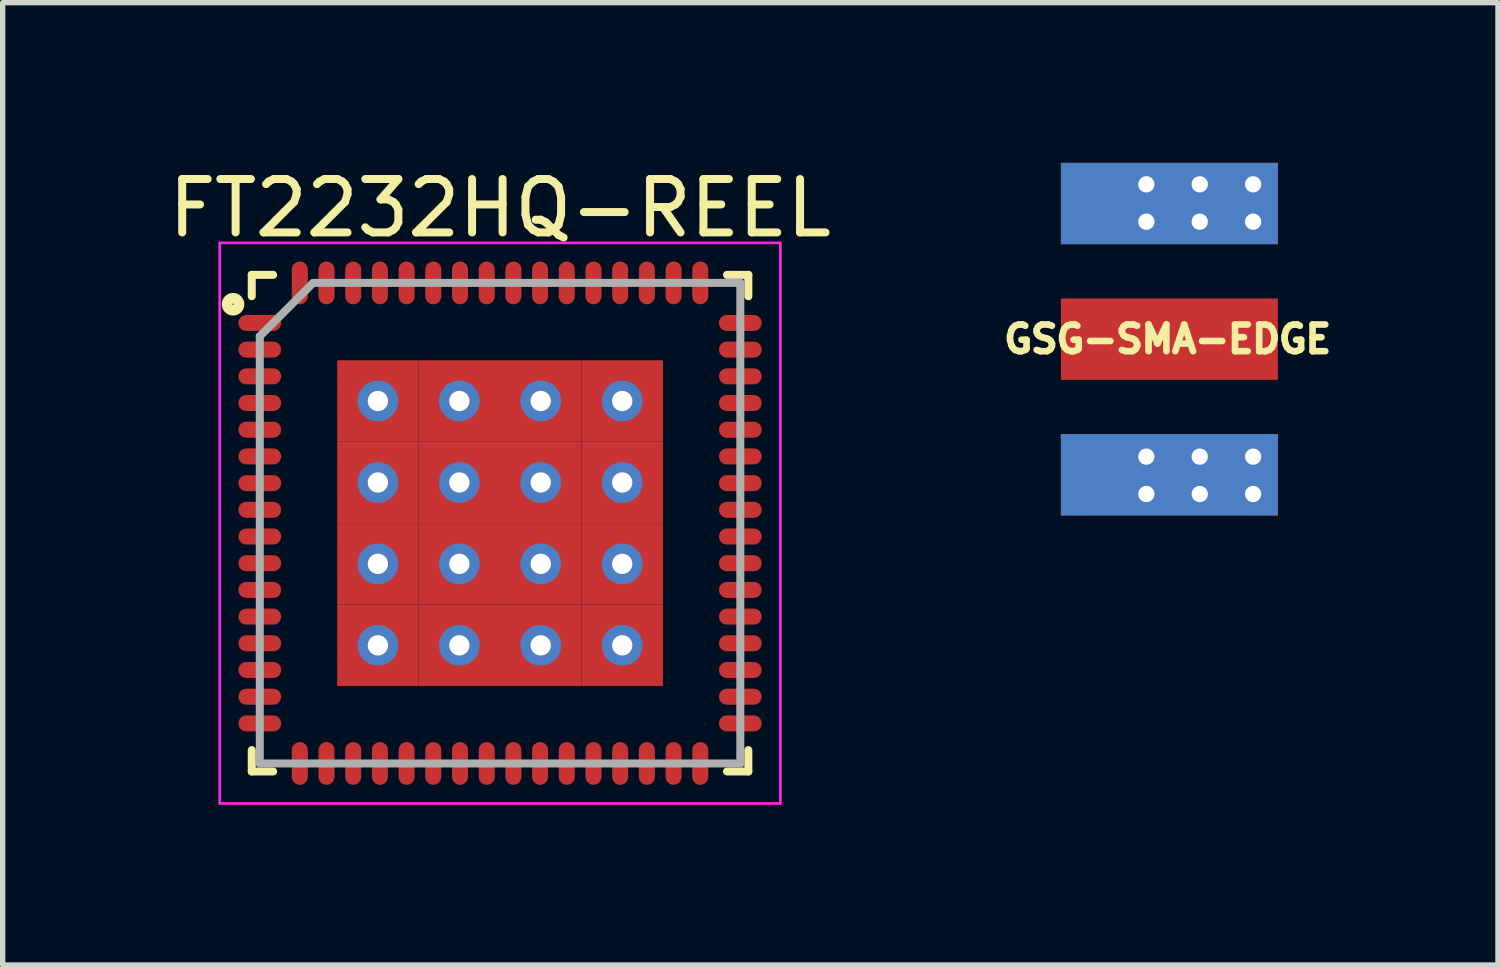
<source format=kicad_pcb>
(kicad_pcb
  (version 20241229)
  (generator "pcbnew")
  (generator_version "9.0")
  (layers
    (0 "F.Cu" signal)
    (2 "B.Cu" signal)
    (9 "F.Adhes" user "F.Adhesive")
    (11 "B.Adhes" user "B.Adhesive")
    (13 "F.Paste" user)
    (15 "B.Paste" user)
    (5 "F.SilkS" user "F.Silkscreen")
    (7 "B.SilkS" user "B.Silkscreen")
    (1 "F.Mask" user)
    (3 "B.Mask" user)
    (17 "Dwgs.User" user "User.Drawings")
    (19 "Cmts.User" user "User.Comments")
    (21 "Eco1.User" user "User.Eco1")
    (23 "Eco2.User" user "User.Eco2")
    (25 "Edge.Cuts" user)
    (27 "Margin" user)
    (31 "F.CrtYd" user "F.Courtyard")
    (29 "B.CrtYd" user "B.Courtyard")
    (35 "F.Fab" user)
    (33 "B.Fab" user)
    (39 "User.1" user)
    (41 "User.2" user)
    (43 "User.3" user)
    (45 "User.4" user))
  (footprint "FT2232HQ-REEL"
    (layer "F.Cu")
    (at 6.315 6.748)
    (property "Reference" "FT2232HQ-REEL" (at 0 -5.9 0) (layer "F.SilkS") (effects (font (size 1 1) (thickness 0.15))))
    (attr smd)
    (fp_line (start -4.65 -4.65) (end -4.65 -4.25) (stroke (width 0.15) (type solid)) (layer "F.SilkS"))
    (fp_line (start -4.65 4.65) (end -4.65 4.25) (stroke (width 0.15) (type solid)) (layer "F.SilkS"))
    (fp_line (start -4.25 -4.65) (end -4.65 -4.65) (stroke (width 0.15) (type solid)) (layer "F.SilkS"))
    (fp_line (start -4.25 4.65) (end -4.65 4.65) (stroke (width 0.15) (type solid)) (layer "F.SilkS"))
    (fp_line (start 4.25 -4.65) (end 4.65 -4.65) (stroke (width 0.15) (type solid)) (layer "F.SilkS"))
    (fp_line (start 4.25 4.65) (end 4.65 4.65) (stroke (width 0.15) (type solid)) (layer "F.SilkS"))
    (fp_line (start 4.65 -4.65) (end 4.65 -4.25) (stroke (width 0.15) (type solid)) (layer "F.SilkS"))
    (fp_line (start 4.65 4.65) (end 4.65 4.25) (stroke (width 0.15) (type solid)) (layer "F.SilkS"))
    (fp_circle (center -5 -4.1) (end -4.95 -4) (stroke (width 0.2) (type solid)) (fill no) (layer "F.SilkS"))
    (fp_line (start -5.25 -5.25) (end 5.25 -5.25) (stroke (width 0.05) (type solid)) (layer "F.CrtYd"))
    (fp_line (start -5.25 5.25) (end -5.25 -5.25) (stroke (width 0.05) (type solid)) (layer "F.CrtYd"))
    (fp_line (start 5.25 -5.25) (end 5.25 5.25) (stroke (width 0.05) (type solid)) (layer "F.CrtYd"))
    (fp_line (start 5.25 5.25) (end -5.25 5.25) (stroke (width 0.05) (type solid)) (layer "F.CrtYd"))
    (fp_line (start -4.5 -3.5) (end -4.5 4.5) (stroke (width 0.15) (type solid)) (layer "F.Fab"))
    (fp_line (start -4.5 4.5) (end 4.5 4.5) (stroke (width 0.15) (type solid)) (layer "F.Fab"))
    (fp_line (start -3.5 -4.5) (end -4.5 -3.5) (stroke (width 0.15) (type solid)) (layer "F.Fab"))
    (fp_line (start 4.5 -4.5) (end -3.5 -4.5) (stroke (width 0.15) (type solid)) (layer "F.Fab"))
    (fp_line (start 4.5 4.5) (end 4.5 -4.5) (stroke (width 0.15) (type solid)) (layer "F.Fab"))
    (pad "1" smd oval (at -4.5 -3.75 90) (size 0.3 0.8) (layers "F.Cu" "F.Mask" "F.Paste"))
    (pad "2" smd oval (at -4.5 -3.25 90) (size 0.3 0.8) (layers "F.Cu" "F.Mask" "F.Paste"))
    (pad "3" smd oval (at -4.5 -2.75 90) (size 0.3 0.8) (layers "F.Cu" "F.Mask" "F.Paste"))
    (pad "4" smd oval (at -4.5 -2.25 90) (size 0.3 0.8) (layers "F.Cu" "F.Mask" "F.Paste"))
    (pad "5" smd oval (at -4.5 -1.75 90) (size 0.3 0.8) (layers "F.Cu" "F.Mask" "F.Paste"))
    (pad "6" smd oval (at -4.5 -1.25 90) (size 0.3 0.8) (layers "F.Cu" "F.Mask" "F.Paste"))
    (pad "7" smd oval (at -4.5 -0.75 90) (size 0.3 0.8) (layers "F.Cu" "F.Mask" "F.Paste"))
    (pad "8" smd oval (at -4.5 -0.25 90) (size 0.3 0.8) (layers "F.Cu" "F.Mask" "F.Paste"))
    (pad "9" smd oval (at -4.5 0.25 90) (size 0.3 0.8) (layers "F.Cu" "F.Mask" "F.Paste"))
    (pad "10" smd oval (at -4.5 0.75 90) (size 0.3 0.8) (layers "F.Cu" "F.Mask" "F.Paste"))
    (pad "11" smd oval (at -4.5 1.25 90) (size 0.3 0.8) (layers "F.Cu" "F.Mask" "F.Paste"))
    (pad "12" smd oval (at -4.5 1.75 90) (size 0.3 0.8) (layers "F.Cu" "F.Mask" "F.Paste"))
    (pad "13" smd oval (at -4.5 2.25 90) (size 0.3 0.8) (layers "F.Cu" "F.Mask" "F.Paste"))
    (pad "14" smd oval (at -4.5 2.75 90) (size 0.3 0.8) (layers "F.Cu" "F.Mask" "F.Paste"))
    (pad "15" smd oval (at -4.5 3.25 90) (size 0.3 0.8) (layers "F.Cu" "F.Mask" "F.Paste"))
    (pad "16" smd oval (at -4.5 3.75 90) (size 0.3 0.8) (layers "F.Cu" "F.Mask" "F.Paste"))
    (pad "17" smd oval (at -3.75 4.5) (size 0.3 0.8) (layers "F.Cu" "F.Mask" "F.Paste"))
    (pad "18" smd oval (at -3.25 4.5) (size 0.3 0.8) (layers "F.Cu" "F.Mask" "F.Paste"))
    (pad "19" smd oval (at -2.75 4.5) (size 0.3 0.8) (layers "F.Cu" "F.Mask" "F.Paste"))
    (pad "20" smd oval (at -2.25 4.5) (size 0.3 0.8) (layers "F.Cu" "F.Mask" "F.Paste"))
    (pad "21" smd oval (at -1.75 4.5) (size 0.3 0.8) (layers "F.Cu" "F.Mask" "F.Paste"))
    (pad "22" smd oval (at -1.25 4.5) (size 0.3 0.8) (layers "F.Cu" "F.Mask" "F.Paste"))
    (pad "23" smd oval (at -0.75 4.5) (size 0.3 0.8) (layers "F.Cu" "F.Mask" "F.Paste"))
    (pad "24" smd oval (at -0.25 4.5) (size 0.3 0.8) (layers "F.Cu" "F.Mask" "F.Paste"))
    (pad "25" smd oval (at 0.25 4.5) (size 0.3 0.8) (layers "F.Cu" "F.Mask" "F.Paste"))
    (pad "26" smd oval (at 0.75 4.5) (size 0.3 0.8) (layers "F.Cu" "F.Mask" "F.Paste"))
    (pad "27" smd oval (at 1.25 4.5) (size 0.3 0.8) (layers "F.Cu" "F.Mask" "F.Paste"))
    (pad "28" smd oval (at 1.75 4.5) (size 0.3 0.8) (layers "F.Cu" "F.Mask" "F.Paste"))
    (pad "29" smd oval (at 2.25 4.5) (size 0.3 0.8) (layers "F.Cu" "F.Mask" "F.Paste"))
    (pad "30" smd oval (at 2.75 4.5) (size 0.3 0.8) (layers "F.Cu" "F.Mask" "F.Paste"))
    (pad "31" smd oval (at 3.25 4.5) (size 0.3 0.8) (layers "F.Cu" "F.Mask" "F.Paste"))
    (pad "32" smd oval (at 3.75 4.5) (size 0.3 0.8) (layers "F.Cu" "F.Mask" "F.Paste"))
    (pad "33" smd oval (at 4.5 3.75 90) (size 0.3 0.8) (layers "F.Cu" "F.Mask" "F.Paste"))
    (pad "34" smd oval (at 4.5 3.25 90) (size 0.3 0.8) (layers "F.Cu" "F.Mask" "F.Paste"))
    (pad "35" smd oval (at 4.5 2.75 90) (size 0.3 0.8) (layers "F.Cu" "F.Mask" "F.Paste"))
    (pad "36" smd oval (at 4.5 2.25 90) (size 0.3 0.8) (layers "F.Cu" "F.Mask" "F.Paste"))
    (pad "37" smd oval (at 4.5 1.75 90) (size 0.3 0.8) (layers "F.Cu" "F.Mask" "F.Paste"))
    (pad "38" smd oval (at 4.5 1.25 90) (size 0.3 0.8) (layers "F.Cu" "F.Mask" "F.Paste"))
    (pad "39" smd oval (at 4.5 0.75 90) (size 0.3 0.8) (layers "F.Cu" "F.Mask" "F.Paste"))
    (pad "40" smd oval (at 4.5 0.25 90) (size 0.3 0.8) (layers "F.Cu" "F.Mask" "F.Paste"))
    (pad "41" smd oval (at 4.5 -0.25 90) (size 0.3 0.8) (layers "F.Cu" "F.Mask" "F.Paste"))
    (pad "42" smd oval (at 4.5 -0.75 90) (size 0.3 0.8) (layers "F.Cu" "F.Mask" "F.Paste"))
    (pad "43" smd oval (at 4.5 -1.25 90) (size 0.3 0.8) (layers "F.Cu" "F.Mask" "F.Paste"))
    (pad "44" smd oval (at 4.5 -1.75 90) (size 0.3 0.8) (layers "F.Cu" "F.Mask" "F.Paste"))
    (pad "45" smd oval (at 4.5 -2.25 90) (size 0.3 0.8) (layers "F.Cu" "F.Mask" "F.Paste"))
    (pad "46" smd oval (at 4.5 -2.75 90) (size 0.3 0.8) (layers "F.Cu" "F.Mask" "F.Paste"))
    (pad "47" smd oval (at 4.5 -3.25 90) (size 0.3 0.8) (layers "F.Cu" "F.Mask" "F.Paste"))
    (pad "48" smd oval (at 4.5 -3.75 90) (size 0.3 0.8) (layers "F.Cu" "F.Mask" "F.Paste"))
    (pad "49" smd oval (at 3.75 -4.5) (size 0.3 0.8) (layers "F.Cu" "F.Mask" "F.Paste"))
    (pad "50" smd oval (at 3.25 -4.5) (size 0.3 0.8) (layers "F.Cu" "F.Mask" "F.Paste"))
    (pad "51" smd oval (at 2.75 -4.5) (size 0.3 0.8) (layers "F.Cu" "F.Mask" "F.Paste"))
    (pad "52" smd oval (at 2.25 -4.5) (size 0.3 0.8) (layers "F.Cu" "F.Mask" "F.Paste"))
    (pad "53" smd oval (at 1.75 -4.5) (size 0.3 0.8) (layers "F.Cu" "F.Mask" "F.Paste"))
    (pad "54" smd oval (at 1.25 -4.5) (size 0.3 0.8) (layers "F.Cu" "F.Mask" "F.Paste"))
    (pad "55" smd oval (at 0.75 -4.5) (size 0.3 0.8) (layers "F.Cu" "F.Mask" "F.Paste"))
    (pad "56" smd oval (at 0.25 -4.5) (size 0.3 0.8) (layers "F.Cu" "F.Mask" "F.Paste"))
    (pad "57" smd oval (at -0.25 -4.5) (size 0.3 0.8) (layers "F.Cu" "F.Mask" "F.Paste"))
    (pad "58" smd oval (at -0.75 -4.5) (size 0.3 0.8) (layers "F.Cu" "F.Mask" "F.Paste"))
    (pad "59" smd oval (at -1.25 -4.5) (size 0.3 0.8) (layers "F.Cu" "F.Mask" "F.Paste"))
    (pad "60" smd oval (at -1.75 -4.5) (size 0.3 0.8) (layers "F.Cu" "F.Mask" "F.Paste"))
    (pad "61" smd oval (at -2.25 -4.5) (size 0.3 0.8) (layers "F.Cu" "F.Mask" "F.Paste"))
    (pad "62" smd oval (at -2.75 -4.5) (size 0.3 0.8) (layers "F.Cu" "F.Mask" "F.Paste"))
    (pad "63" smd oval (at -3.25 -4.5) (size 0.3 0.8) (layers "F.Cu" "F.Mask" "F.Paste"))
    (pad "64" smd oval (at -3.75 -4.5) (size 0.3 0.8) (layers "F.Cu" "F.Mask" "F.Paste"))
    (pad "65" thru_hole circle (at -2.288 -2.288) (size 0.762 0.762) (drill 0.381) (layers "*.Cu" "*.Mask"))
    (pad "65" smd rect (at -2.288 -2.288) (size 1.525 1.525) (layers "F.Cu" "F.Mask" "F.Paste"))
    (pad "65" thru_hole circle (at -2.288 -0.762) (size 0.762 0.762) (drill 0.381) (layers "*.Cu" "*.Mask"))
    (pad "65" smd rect (at -2.288 -0.762) (size 1.525 1.525) (layers "F.Cu" "F.Mask" "F.Paste"))
    (pad "65" thru_hole circle (at -2.288 0.762) (size 0.762 0.762) (drill 0.381) (layers "*.Cu" "*.Mask"))
    (pad "65" smd rect (at -2.288 0.762) (size 1.525 1.525) (layers "F.Cu" "F.Mask" "F.Paste"))
    (pad "65" thru_hole circle (at -2.288 2.288) (size 0.762 0.762) (drill 0.381) (layers "*.Cu" "*.Mask"))
    (pad "65" smd rect (at -2.288 2.288) (size 1.525 1.525) (layers "F.Cu" "F.Mask" "F.Paste"))
    (pad "65" thru_hole circle (at -0.762 -2.288) (size 0.762 0.762) (drill 0.381) (layers "*.Cu" "*.Mask"))
    (pad "65" smd rect (at -0.762 -2.288) (size 1.525 1.525) (layers "F.Cu" "F.Mask" "F.Paste"))
    (pad "65" thru_hole circle (at -0.762 -0.762) (size 0.762 0.762) (drill 0.381) (layers "*.Cu" "*.Mask"))
    (pad "65" smd rect (at -0.762 -0.762) (size 1.525 1.525) (layers "F.Cu" "F.Mask" "F.Paste"))
    (pad "65" thru_hole circle (at -0.762 0.762) (size 0.762 0.762) (drill 0.381) (layers "*.Cu" "*.Mask"))
    (pad "65" smd rect (at -0.762 0.762) (size 1.525 1.525) (layers "F.Cu" "F.Mask" "F.Paste"))
    (pad "65" thru_hole circle (at -0.762 2.288) (size 0.762 0.762) (drill 0.381) (layers "*.Cu" "*.Mask"))
    (pad "65" smd rect (at -0.762 2.288) (size 1.525 1.525) (layers "F.Cu" "F.Mask" "F.Paste"))
    (pad "65" thru_hole circle (at 0.762 -2.288) (size 0.762 0.762) (drill 0.381) (layers "*.Cu" "*.Mask"))
    (pad "65" smd rect (at 0.762 -2.288) (size 1.525 1.525) (layers "F.Cu" "F.Mask" "F.Paste"))
    (pad "65" thru_hole circle (at 0.762 -0.762) (size 0.762 0.762) (drill 0.381) (layers "*.Cu" "*.Mask"))
    (pad "65" smd rect (at 0.762 -0.762) (size 1.525 1.525) (layers "F.Cu" "F.Mask" "F.Paste"))
    (pad "65" thru_hole circle (at 0.762 0.762) (size 0.762 0.762) (drill 0.381) (layers "*.Cu" "*.Mask"))
    (pad "65" smd rect (at 0.762 0.762) (size 1.525 1.525) (layers "F.Cu" "F.Mask" "F.Paste"))
    (pad "65" thru_hole circle (at 0.762 2.288) (size 0.762 0.762) (drill 0.381) (layers "*.Cu" "*.Mask"))
    (pad "65" smd rect (at 0.762 2.288) (size 1.525 1.525) (layers "F.Cu" "F.Mask" "F.Paste"))
    (pad "65" thru_hole circle (at 2.288 -2.288) (size 0.762 0.762) (drill 0.381) (layers "*.Cu" "*.Mask"))
    (pad "65" smd rect (at 2.288 -2.288) (size 1.525 1.525) (layers "F.Cu" "F.Mask" "F.Paste"))
    (pad "65" thru_hole circle (at 2.288 -0.762) (size 0.762 0.762) (drill 0.381) (layers "*.Cu" "*.Mask"))
    (pad "65" smd rect (at 2.288 -0.762) (size 1.525 1.525) (layers "F.Cu" "F.Mask" "F.Paste"))
    (pad "65" thru_hole circle (at 2.288 0.762) (size 0.762 0.762) (drill 0.381) (layers "*.Cu" "*.Mask"))
    (pad "65" smd rect (at 2.288 0.762) (size 1.525 1.525) (layers "F.Cu" "F.Mask" "F.Paste"))
    (pad "65" thru_hole circle (at 2.288 2.288) (size 0.762 0.762) (drill 0.381) (layers "*.Cu" "*.Mask"))
    (pad "65" smd rect (at 2.288 2.288) (size 1.525 1.525) (layers "F.Cu" "F.Mask" "F.Paste")))
  (footprint "GSG-SMA-EDGE"
    (layer "F.Cu")
    (at 16.819 3.302)
    (property "Reference" "GSG-SMA-EDGE" (at 1.999 0 0) (layer "F.SilkS") (effects (font (size 0.5 0.5) (thickness 0.124))))
    (attr through_hole)
    (pad "1" smd rect (at 2.032 0) (size 4.064 1.524) (layers "F.Cu" "F.Mask"))
    (pad "2" thru_hole circle (at 1.6 -2.9) (size 0.762 0.762) (drill 0.305) (layers "*.Cu" "*.Mask"))
    (pad "2" thru_hole circle (at 1.6 -2.2) (size 0.762 0.762) (drill 0.305) (layers "*.Cu" "*.Mask"))
    (pad "2" thru_hole circle (at 1.6 2.2) (size 0.762 0.762) (drill 0.305) (layers "*.Cu" "*.Mask"))
    (pad "2" thru_hole circle (at 1.6 2.9) (size 0.762 0.762) (drill 0.305) (layers "*.Cu" "*.Mask"))
    (pad "2" smd rect (at 2.032 -2.54) (size 4.064 1.524) (layers "F.Cu" "F.Mask"))
    (pad "2" smd rect (at 2.032 -2.54) (size 4.064 1.524) (layers "B.Cu" "B.Mask"))
    (pad "2" smd rect (at 2.032 2.54) (size 4.064 1.524) (layers "F.Cu" "F.Mask"))
    (pad "2" smd rect (at 2.032 2.54) (size 4.064 1.524) (layers "B.Cu" "B.Mask"))
    (pad "2" thru_hole circle (at 2.6 -2.9) (size 0.762 0.762) (drill 0.305) (layers "*.Cu" "*.Mask"))
    (pad "2" thru_hole circle (at 2.6 -2.2) (size 0.762 0.762) (drill 0.305) (layers "*.Cu" "*.Mask"))
    (pad "2" thru_hole circle (at 2.6 2.2) (size 0.762 0.762) (drill 0.305) (layers "*.Cu" "*.Mask"))
    (pad "2" thru_hole circle (at 2.6 2.9) (size 0.762 0.762) (drill 0.305) (layers "*.Cu" "*.Mask"))
    (pad "2" thru_hole circle (at 3.6 -2.9) (size 0.762 0.762) (drill 0.305) (layers "*.Cu" "*.Mask"))
    (pad "2" thru_hole circle (at 3.6 -2.2) (size 0.762 0.762) (drill 0.305) (layers "*.Cu" "*.Mask"))
    (pad "2" thru_hole circle (at 3.6 2.2) (size 0.762 0.762) (drill 0.305) (layers "*.Cu" "*.Mask"))
    (pad "2" thru_hole circle (at 3.6 2.9) (size 0.762 0.762) (drill 0.305) (layers "*.Cu" "*.Mask")))
  (gr_rect
    (start -3 -3)
    (end 25.004 15.023)
    (stroke (width 0.1) (type default))
    (fill no)
    (layer "Edge.Cuts")))
</source>
